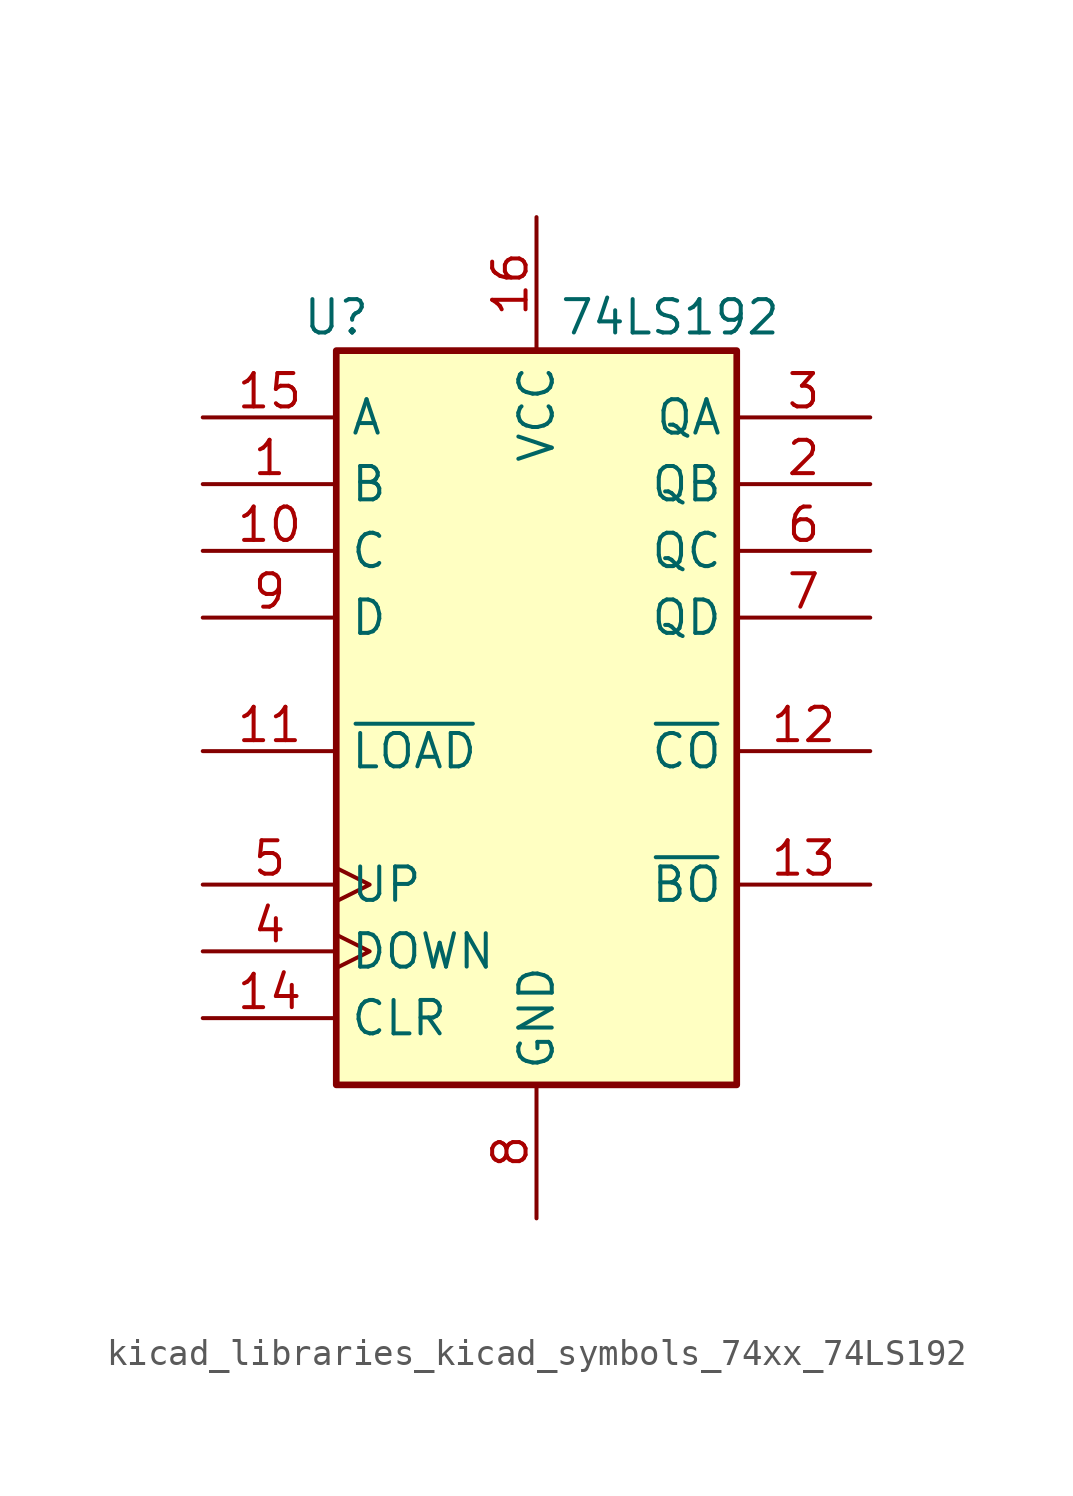
<source format=kicad_sym>
(kicad_symbol_lib
  (version 20220914)
  (generator kicad_symbol_editor)
  (symbol "kicad_libraries_kicad_symbols_74xx_74LS192"
    (property "Reference" "U"
      (at -7.62 13.97 0)
      (effects (font (size 1.27 1.27))))
    (property "Value" "74LS192"
      (at 5.08 13.97 0)
      (effects (font (size 1.27 1.27))))
    (symbol "kicad_libraries_kicad_symbols_74xx_74LS192_1_0"
      (pin input line (at -12.7 7.62 0) (length 5.08) (name "B" (effects (font (size 1.27 1.27)))) (number "1" (effects (font (size 1.27 1.27)))))
      (pin input line (at -12.7 5.08 0) (length 5.08) (name "C" (effects (font (size 1.27 1.27)))) (number "10" (effects (font (size 1.27 1.27)))))
      (pin input line (at -12.7 -2.54 0) (length 5.08) (name "~{LOAD}" (effects (font (size 1.27 1.27)))) (number "11" (effects (font (size 1.27 1.27)))))
      (pin output line (at 12.7 -2.54 180) (length 5.08) (name "~{CO}" (effects (font (size 1.27 1.27)))) (number "12" (effects (font (size 1.27 1.27)))))
      (pin output line (at 12.7 -7.62 180) (length 5.08) (name "~{BO}" (effects (font (size 1.27 1.27)))) (number "13" (effects (font (size 1.27 1.27)))))
      (pin input line (at -12.7 -12.7 0) (length 5.08) (name "CLR" (effects (font (size 1.27 1.27)))) (number "14" (effects (font (size 1.27 1.27)))))
      (pin input line (at -12.7 10.16 0) (length 5.08) (name "A" (effects (font (size 1.27 1.27)))) (number "15" (effects (font (size 1.27 1.27)))))
      (pin power_in line (at 0 17.78 270) (length 5.08) (name "VCC" (effects (font (size 1.27 1.27)))) (number "16" (effects (font (size 1.27 1.27)))))
      (pin output line (at 12.7 7.62 180) (length 5.08) (name "QB" (effects (font (size 1.27 1.27)))) (number "2" (effects (font (size 1.27 1.27)))))
      (pin output line (at 12.7 10.16 180) (length 5.08) (name "QA" (effects (font (size 1.27 1.27)))) (number "3" (effects (font (size 1.27 1.27)))))
      (pin input clock (at -12.7 -10.16 0) (length 5.08) (name "DOWN" (effects (font (size 1.27 1.27)))) (number "4" (effects (font (size 1.27 1.27)))))
      (pin input clock (at -12.7 -7.62 0) (length 5.08) (name "UP" (effects (font (size 1.27 1.27)))) (number "5" (effects (font (size 1.27 1.27)))))
      (pin output line (at 12.7 5.08 180) (length 5.08) (name "QC" (effects (font (size 1.27 1.27)))) (number "6" (effects (font (size 1.27 1.27)))))
      (pin output line (at 12.7 2.54 180) (length 5.08) (name "QD" (effects (font (size 1.27 1.27)))) (number "7" (effects (font (size 1.27 1.27)))))
      (pin power_in line (at 0 -20.32 90) (length 5.08) (name "GND" (effects (font (size 1.27 1.27)))) (number "8" (effects (font (size 1.27 1.27)))))
      (pin input line (at -12.7 2.54 0) (length 5.08) (name "D" (effects (font (size 1.27 1.27)))) (number "9" (effects (font (size 1.27 1.27))))))
    (symbol "kicad_libraries_kicad_symbols_74xx_74LS192_1_1"
      (rectangle (start -7.62 12.7) (end 7.62 -15.24) (stroke (width 0.254) (type default)) (fill (type background))))))
</source>
